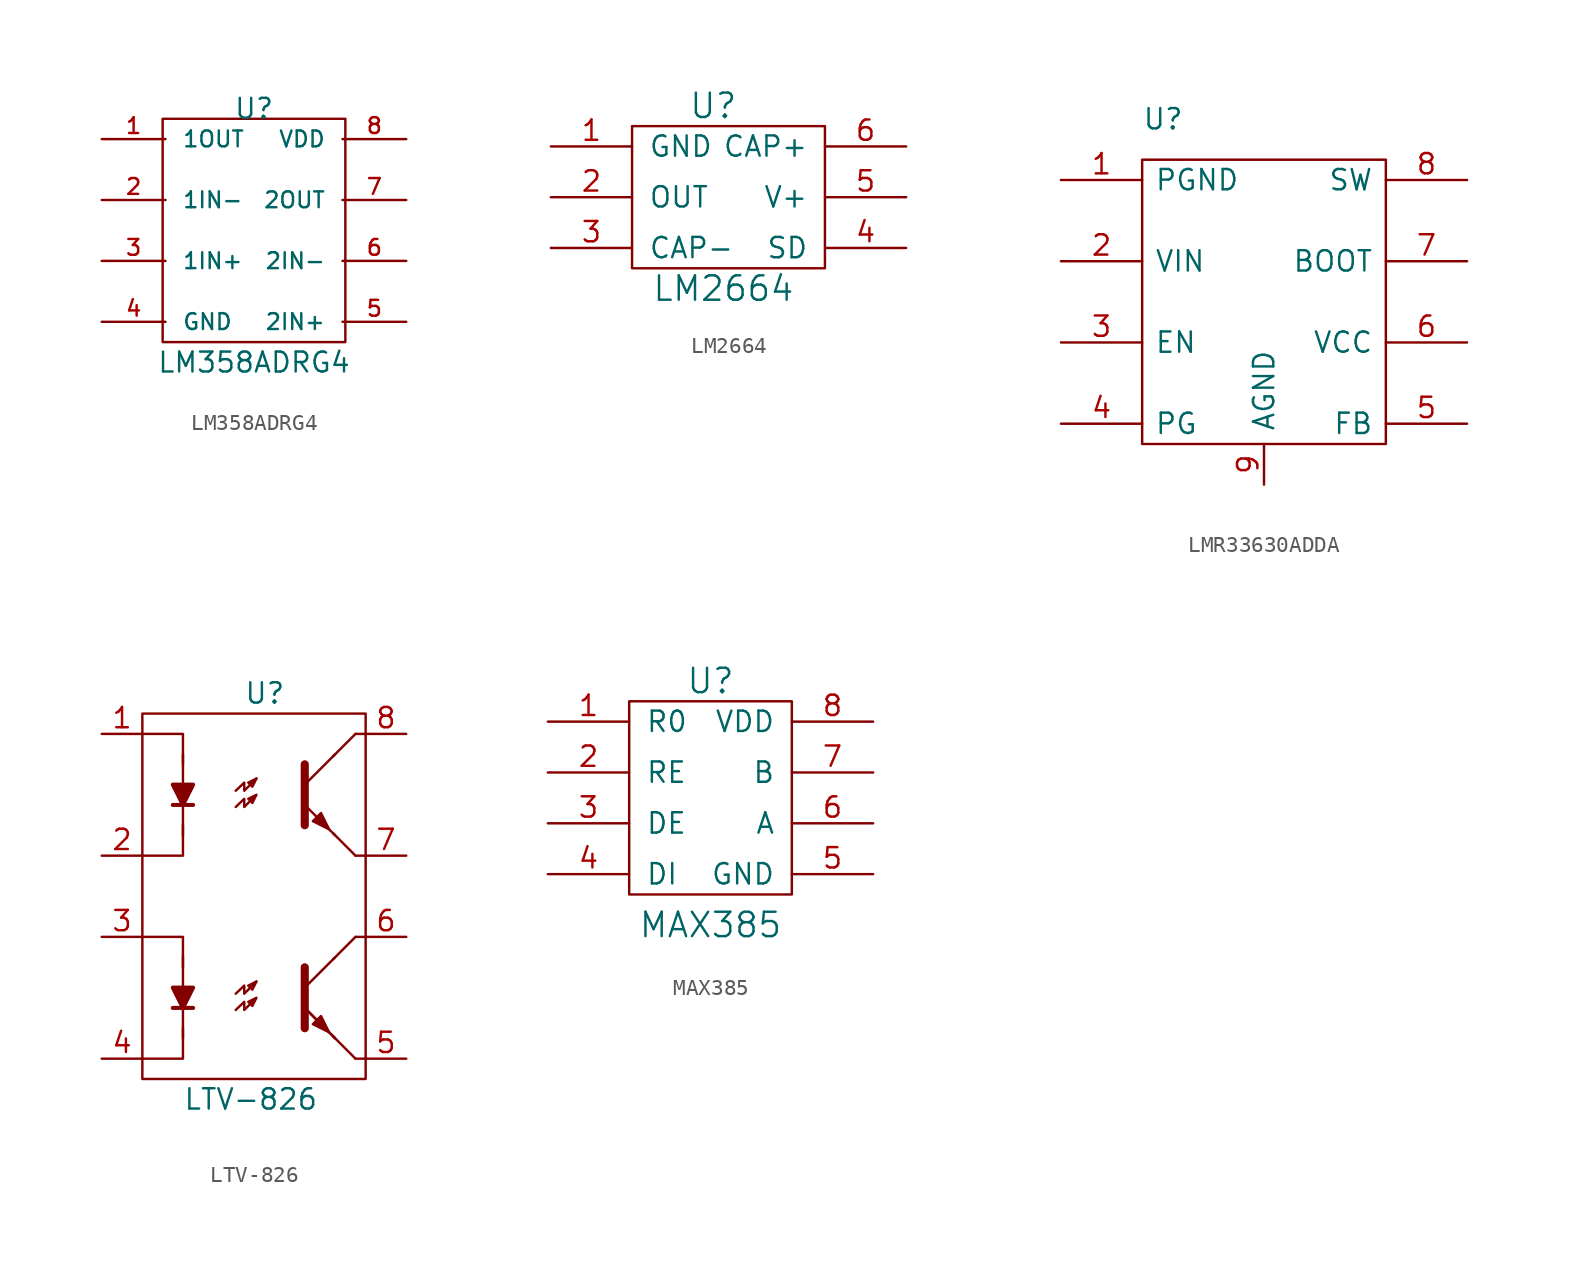
<source format=kicad_sym>
(kicad_symbol_lib
  (version 20211014)
  (generator kicad_symbol_editor)
  (symbol "LM358ADRG4"
    (pin_names
      (offset 1.016))
    (property "Reference" "U"
      (at 10.16 7.62 0)
      (effects (font (size 1.245 1.245))))
    (property "Value" "LM358ADRG4"
      (at 10.16 -8.255 0)
      (effects (font (size 1.245 1.245))))
    (symbol "LM358ADRG4_0_1"
      (rectangle (start 4.445 6.985) (end 15.875 -6.985) (stroke (width 0) (type default) (color 0 0 0 0)) (fill (type none))))
    (symbol "LM358ADRG4_1_1"
      (pin input line (at 0.635 5.715 0) (length 3.988) (name "1OUT" (effects (font (size 0.991 0.991)))) (number "1" (effects (font (size 0.991 0.991)))))
      (pin input line (at 0.635 1.905 0) (length 3.988) (name "1IN-" (effects (font (size 0.991 0.991)))) (number "2" (effects (font (size 0.991 0.991)))))
      (pin input line (at 0.635 -1.905 0) (length 3.988) (name "1IN+" (effects (font (size 0.991 0.991)))) (number "3" (effects (font (size 0.991 0.991)))))
      (pin input line (at 0.635 -5.715 0) (length 3.988) (name "GND" (effects (font (size 0.991 0.991)))) (number "4" (effects (font (size 0.991 0.991)))))
      (pin input line (at 19.685 -5.715 180) (length 3.988) (name "2IN+" (effects (font (size 0.991 0.991)))) (number "5" (effects (font (size 0.991 0.991)))))
      (pin input line (at 19.685 -1.905 180) (length 3.988) (name "2IN-" (effects (font (size 0.991 0.991)))) (number "6" (effects (font (size 0.991 0.991)))))
      (pin input line (at 19.685 1.905 180) (length 3.988) (name "2OUT" (effects (font (size 0.991 0.991)))) (number "7" (effects (font (size 0.991 0.991)))))
      (pin input line (at 19.685 5.715 180) (length 3.988) (name "VDD" (effects (font (size 0.991 0.991)))) (number "8" (effects (font (size 0.991 0.991)))))))
  (symbol "LM2664"
    (pin_names
      (offset 1.016))
    (property "Reference" "U"
      (at 10.16 17.78 0)
      (effects (font (size 1.524 1.524))))
    (property "Value" "LM2664"
      (at 10.795 6.35 0)
      (effects (font (size 1.524 1.524))))
    (symbol "LM2664_0_1"
      (rectangle (start 17.145 16.51) (end 5.08 7.62) (stroke (width 0) (type default) (color 0 0 0 0)) (fill (type none))))
    (symbol "LM2664_1_1"
      (pin input line (at 0 15.24 0) (length 5.08) (name "GND" (effects (font (size 1.27 1.27)))) (number "1" (effects (font (size 1.27 1.27)))))
      (pin input line (at 0 12.065 0) (length 5.08) (name "OUT" (effects (font (size 1.27 1.27)))) (number "2" (effects (font (size 1.27 1.27)))))
      (pin input line (at 0 8.89 0) (length 5.08) (name "CAP-" (effects (font (size 1.27 1.27)))) (number "3" (effects (font (size 1.27 1.27)))))
      (pin input line (at 22.225 8.89 180) (length 5.08) (name "SD" (effects (font (size 1.27 1.27)))) (number "4" (effects (font (size 1.27 1.27)))))
      (pin input line (at 22.225 12.065 180) (length 5.08) (name "V+" (effects (font (size 1.27 1.27)))) (number "5" (effects (font (size 1.27 1.27)))))
      (pin input line (at 22.225 15.24 180) (length 5.08) (name "CAP+" (effects (font (size 1.27 1.27)))) (number "6" (effects (font (size 1.27 1.27)))))))
  (symbol "LMR33630ADDA"
    (pin_names
      (offset 0.762))
    (property "Reference" "U"
      (at 0 20.32 0)
      (effects (font (size 1.27 1.27)) (justify left)))
    (symbol "LMR33630ADDA_0_0"
      (pin unspecified line (at -5.08 16.51 0) (length 5.08) (name "PGND" (effects (font (size 1.27 1.27)))) (number "1" (effects (font (size 1.27 1.27)))))
      (pin unspecified line (at -5.08 11.43 0) (length 5.08) (name "VIN" (effects (font (size 1.27 1.27)))) (number "2" (effects (font (size 1.27 1.27)))))
      (pin unspecified line (at -5.08 6.35 0) (length 5.08) (name "EN" (effects (font (size 1.27 1.27)))) (number "3" (effects (font (size 1.27 1.27)))))
      (pin unspecified line (at -5.08 1.27 0) (length 5.08) (name "PG" (effects (font (size 1.27 1.27)))) (number "4" (effects (font (size 1.27 1.27)))))
      (pin unspecified line (at 20.32 1.27 180) (length 5.08) (name "FB" (effects (font (size 1.27 1.27)))) (number "5" (effects (font (size 1.27 1.27)))))
      (pin unspecified line (at 20.32 6.35 180) (length 5.08) (name "VCC" (effects (font (size 1.27 1.27)))) (number "6" (effects (font (size 1.27 1.27)))))
      (pin unspecified line (at 20.32 11.43 180) (length 5.08) (name "BOOT" (effects (font (size 1.27 1.27)))) (number "7" (effects (font (size 1.27 1.27)))))
      (pin unspecified line (at 20.32 16.51 180) (length 5.08) (name "SW" (effects (font (size 1.27 1.27)))) (number "8" (effects (font (size 1.27 1.27)))))
      (pin unspecified line (at 7.62 -2.54 90) (length 2.54) (name "AGND" (effects (font (size 1.27 1.27)))) (number "9" (effects (font (size 1.27 1.27))))))
    (symbol "LMR33630ADDA_0_1"
      (rectangle (start 0 17.78) (end 15.24 0) (stroke (width 0) (type default) (color 0 0 0 0)) (fill (type none)))))
  (symbol "LTV-826"
    (pin_names
      (offset 1.016))
    (property "Reference" "U"
      (at 6.35 24.13 0)
      (effects (font (size 1.27 1.27)) (justify left)))
    (property "Value" "LTV-826"
      (at 2.54 -1.27 0)
      (effects (font (size 1.27 1.27)) (justify left)))
    (symbol "LTV-826_0_1"
      (polyline (pts (xy 1.905 4.445) (xy 3.175 4.445)) (stroke (width 0.254) (type default) (color 0 0 0 0)) (fill (type none)))
      (polyline (pts (xy 1.905 17.145) (xy 3.175 17.145)) (stroke (width 0.254) (type default) (color 0 0 0 0)) (fill (type none)))
      (polyline (pts (xy 2.54 7.62) (xy 2.54 2.54)) (stroke (width 0) (type default) (color 0 0 0 0)) (fill (type none)))
      (polyline (pts (xy 2.54 15.24) (xy 2.54 20.32)) (stroke (width 0) (type default) (color 0 0 0 0)) (fill (type none)))
      (polyline (pts (xy 10.16 5.715) (xy 12.065 7.62)) (stroke (width 0) (type default) (color 0 0 0 0)) (fill (type none)))
      (polyline (pts (xy 10.16 18.415) (xy 12.065 20.32)) (stroke (width 0) (type default) (color 0 0 0 0)) (fill (type none)))
      (polyline (pts (xy 12.065 2.54) (xy 10.16 4.445)) (stroke (width 0) (type default) (color 0 0 0 0)) (fill (type outline)))
      (polyline (pts (xy 12.065 2.54) (xy 10.16 4.445)) (stroke (width 0) (type default) (color 0 0 0 0)) (fill (type outline)))
      (polyline (pts (xy 12.065 15.24) (xy 10.16 17.145)) (stroke (width 0) (type default) (color 0 0 0 0)) (fill (type outline)))
      (polyline (pts (xy 13.335 1.27) (xy 13.97 1.27)) (stroke (width 0) (type default) (color 0 0 0 0)) (fill (type none)))
      (polyline (pts (xy 13.335 8.89) (xy 11.938 7.493)) (stroke (width 0) (type default) (color 0 0 0 0)) (fill (type none)))
      (polyline (pts (xy 13.335 8.89) (xy 13.97 8.89)) (stroke (width 0) (type default) (color 0 0 0 0)) (fill (type none)))
      (polyline (pts (xy 13.335 13.97) (xy 13.97 13.97)) (stroke (width 0) (type default) (color 0 0 0 0)) (fill (type none)))
      (polyline (pts (xy 13.335 21.59) (xy 11.938 20.193)) (stroke (width 0) (type default) (color 0 0 0 0)) (fill (type none)))
      (polyline (pts (xy 13.335 21.59) (xy 13.97 21.59)) (stroke (width 0) (type default) (color 0 0 0 0)) (fill (type none)))
      (polyline (pts (xy 0 8.89) (xy 2.54 8.89) (xy 2.54 6.985)) (stroke (width 0) (type default) (color 0 0 0 0)) (fill (type none)))
      (polyline (pts (xy 0 21.59) (xy 2.54 21.59) (xy 2.54 19.685)) (stroke (width 0) (type default) (color 0 0 0 0)) (fill (type none)))
      (polyline (pts (xy 2.54 3.175) (xy 2.54 1.27) (xy 0 1.27)) (stroke (width 0) (type default) (color 0 0 0 0)) (fill (type none)))
      (polyline (pts (xy 2.54 15.875) (xy 2.54 13.97) (xy 0 13.97)) (stroke (width 0) (type default) (color 0 0 0 0)) (fill (type none)))
      (polyline (pts (xy 10.16 6.985) (xy 10.16 3.175) (xy 10.16 3.175)) (stroke (width 0.508) (type default) (color 0 0 0 0)) (fill (type none)))
      (polyline (pts (xy 10.16 19.685) (xy 10.16 15.875) (xy 10.16 15.875)) (stroke (width 0.508) (type default) (color 0 0 0 0)) (fill (type none)))
      (polyline (pts (xy 2.54 4.445) (xy 1.905 5.715) (xy 3.175 5.715) (xy 2.54 4.445)) (stroke (width 0.254) (type default) (color 0 0 0 0)) (fill (type outline)))
      (polyline (pts (xy 2.54 17.145) (xy 1.905 18.415) (xy 3.175 18.415) (xy 2.54 17.145)) (stroke (width 0.254) (type default) (color 0 0 0 0)) (fill (type outline)))
      (polyline (pts (xy 5.842 5.334) (xy 6.375 5.842) (xy 6.375 5.334) (xy 7.137 6.096)) (stroke (width 0) (type default) (color 0 0 0 0)) (fill (type none)))
      (polyline (pts (xy 5.842 18.034) (xy 6.375 18.542) (xy 6.375 18.034) (xy 7.137 18.796)) (stroke (width 0) (type default) (color 0 0 0 0)) (fill (type none)))
      (polyline (pts (xy 7.137 6.096) (xy 6.629 5.842) (xy 6.883 5.588) (xy 7.137 6.096)) (stroke (width 0) (type default) (color 0 0 0 0)) (fill (type none)))
      (polyline (pts (xy 7.137 18.796) (xy 6.629 18.542) (xy 6.883 18.288) (xy 7.137 18.796)) (stroke (width 0) (type default) (color 0 0 0 0)) (fill (type none)))
      (polyline (pts (xy 10.668 3.429) (xy 11.176 3.937) (xy 11.684 2.921) (xy 10.668 3.429) (xy 10.668 3.429)) (stroke (width 0) (type default) (color 0 0 0 0)) (fill (type outline)))
      (polyline (pts (xy 10.668 16.129) (xy 11.176 16.637) (xy 11.684 15.621) (xy 10.668 16.129) (xy 10.668 16.129)) (stroke (width 0) (type default) (color 0 0 0 0)) (fill (type outline)))
      (polyline (pts (xy 5.842 4.318) (xy 6.375 4.826) (xy 6.375 4.318) (xy 7.137 5.08) (xy 6.629 4.826) (xy 6.883 4.572) (xy 7.137 5.08)) (stroke (width 0) (type default) (color 0 0 0 0)) (fill (type none)))
      (polyline (pts (xy 5.842 17.018) (xy 6.375 17.526) (xy 6.375 17.018) (xy 7.137 17.78) (xy 6.629 17.526) (xy 6.883 17.272) (xy 7.137 17.78)) (stroke (width 0) (type default) (color 0 0 0 0)) (fill (type none)))
      (rectangle (start 0 22.86) (end 13.97 0) (stroke (width 0) (type default) (color 0 0 0 0)) (fill (type none))))
    (symbol "LTV-826_1_1"
      (polyline (pts (xy 11.938 2.667) (xy 13.335 1.27)) (stroke (width 0) (type default) (color 0 0 0 0)) (fill (type none)))
      (polyline (pts (xy 11.938 15.367) (xy 13.335 13.97)) (stroke (width 0) (type default) (color 0 0 0 0)) (fill (type none)))
      (pin passive line (at -2.54 21.59 0) (length 2.54) (name "~" (effects (font (size 1.27 1.27)))) (number "1" (effects (font (size 1.27 1.27)))))
      (pin passive line (at -2.54 13.97 0) (length 2.54) (name "~" (effects (font (size 1.27 1.27)))) (number "2" (effects (font (size 1.27 1.27)))))
      (pin passive line (at -2.54 8.89 0) (length 2.54) (name "~" (effects (font (size 1.27 1.27)))) (number "3" (effects (font (size 1.27 1.27)))))
      (pin passive line (at -2.54 1.27 0) (length 2.54) (name "~" (effects (font (size 1.27 1.27)))) (number "4" (effects (font (size 1.27 1.27)))))
      (pin passive line (at 16.51 1.27 180) (length 2.54) (name "~" (effects (font (size 1.27 1.27)))) (number "5" (effects (font (size 1.27 1.27)))))
      (pin passive line (at 16.51 8.89 180) (length 2.54) (name "~" (effects (font (size 1.27 1.27)))) (number "6" (effects (font (size 1.27 1.27)))))
      (pin passive line (at 16.51 13.97 180) (length 2.54) (name "~" (effects (font (size 1.27 1.27)))) (number "7" (effects (font (size 1.27 1.27)))))
      (pin passive line (at 16.51 21.59 180) (length 2.54) (name "~" (effects (font (size 1.27 1.27)))) (number "8" (effects (font (size 1.27 1.27)))))))
  (symbol "MAX385"
    (pin_names
      (offset 1.016))
    (property "Reference" "U"
      (at 4.445 15.875 0)
      (effects (font (size 1.524 1.524))))
    (property "Value" "MAX385"
      (at 4.445 0.635 0)
      (effects (font (size 1.524 1.524))))
    (symbol "MAX385_0_1"
      (rectangle (start 9.525 14.605) (end -0.635 2.54) (stroke (width 0) (type default) (color 0 0 0 0)) (fill (type none))))
    (symbol "MAX385_1_1"
      (pin input line (at -5.715 13.335 0) (length 5.08) (name "R0" (effects (font (size 1.27 1.27)))) (number "1" (effects (font (size 1.27 1.27)))))
      (pin input line (at -5.715 10.16 0) (length 5.08) (name "RE" (effects (font (size 1.27 1.27)))) (number "2" (effects (font (size 1.27 1.27)))))
      (pin input line (at -5.715 6.985 0) (length 5.08) (name "DE" (effects (font (size 1.27 1.27)))) (number "3" (effects (font (size 1.27 1.27)))))
      (pin input line (at -5.715 3.81 0) (length 5.08) (name "DI" (effects (font (size 1.27 1.27)))) (number "4" (effects (font (size 1.27 1.27)))))
      (pin input line (at 14.605 3.81 180) (length 5.08) (name "GND" (effects (font (size 1.27 1.27)))) (number "5" (effects (font (size 1.27 1.27)))))
      (pin input line (at 14.605 6.985 180) (length 5.08) (name "A" (effects (font (size 1.27 1.27)))) (number "6" (effects (font (size 1.27 1.27)))))
      (pin input line (at 14.605 10.16 180) (length 5.08) (name "B" (effects (font (size 1.27 1.27)))) (number "7" (effects (font (size 1.27 1.27)))))
      (pin input line (at 14.605 13.335 180) (length 5.08) (name "VDD" (effects (font (size 1.27 1.27)))) (number "8" (effects (font (size 1.27 1.27))))))))
</source>
